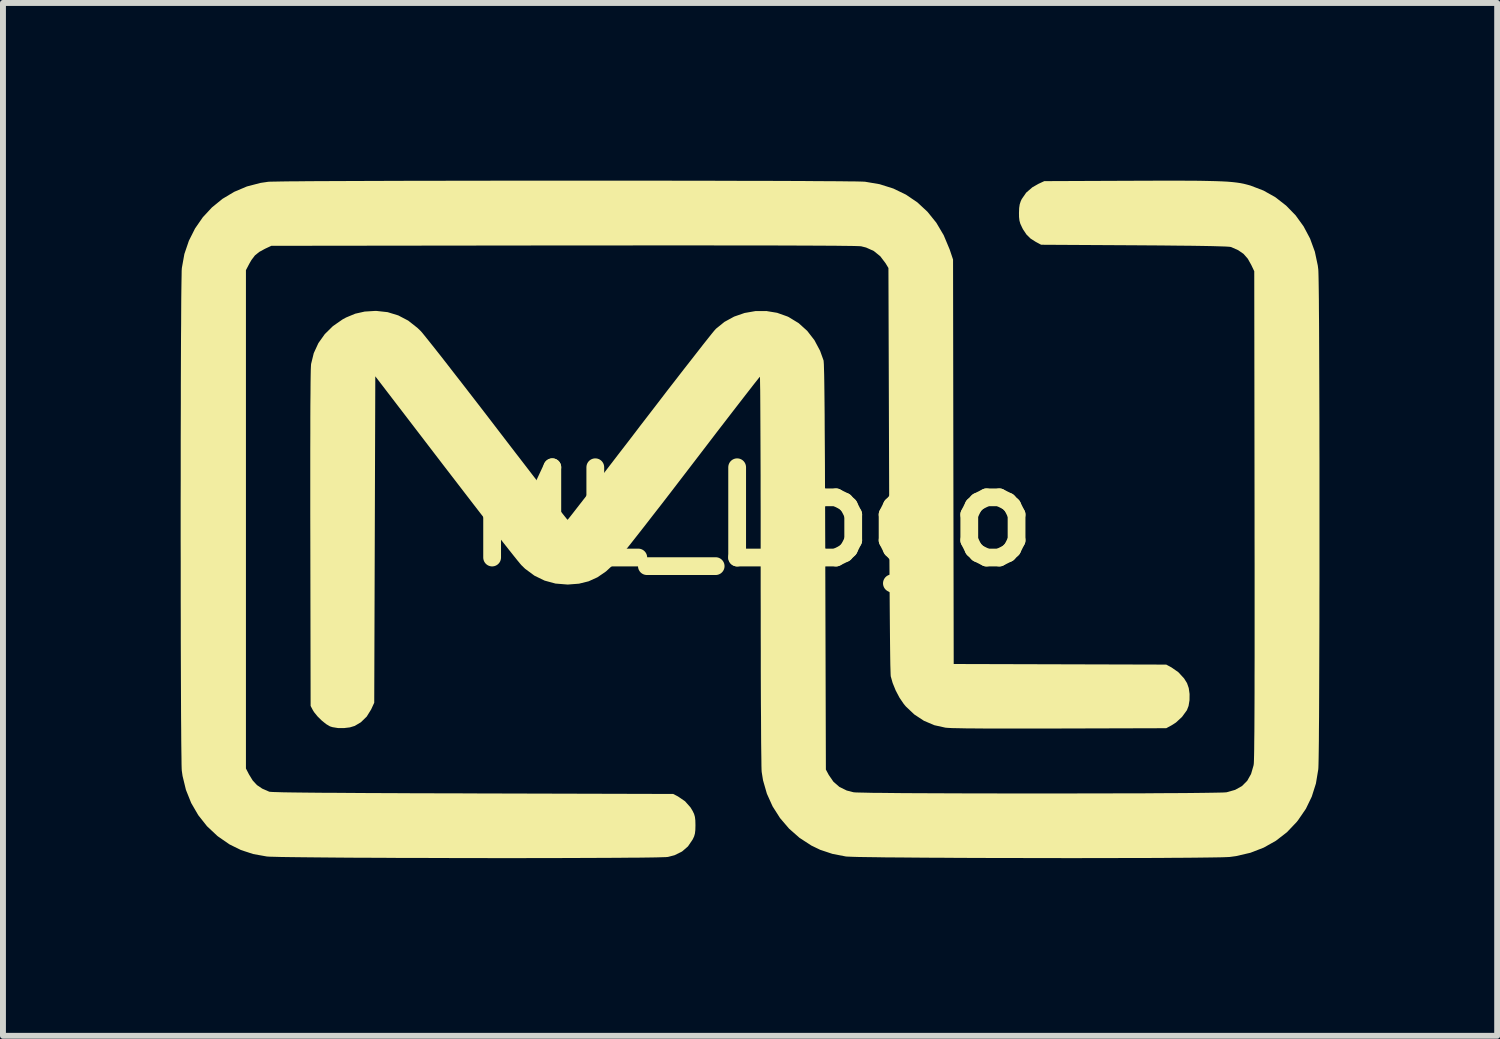
<source format=kicad_pcb>
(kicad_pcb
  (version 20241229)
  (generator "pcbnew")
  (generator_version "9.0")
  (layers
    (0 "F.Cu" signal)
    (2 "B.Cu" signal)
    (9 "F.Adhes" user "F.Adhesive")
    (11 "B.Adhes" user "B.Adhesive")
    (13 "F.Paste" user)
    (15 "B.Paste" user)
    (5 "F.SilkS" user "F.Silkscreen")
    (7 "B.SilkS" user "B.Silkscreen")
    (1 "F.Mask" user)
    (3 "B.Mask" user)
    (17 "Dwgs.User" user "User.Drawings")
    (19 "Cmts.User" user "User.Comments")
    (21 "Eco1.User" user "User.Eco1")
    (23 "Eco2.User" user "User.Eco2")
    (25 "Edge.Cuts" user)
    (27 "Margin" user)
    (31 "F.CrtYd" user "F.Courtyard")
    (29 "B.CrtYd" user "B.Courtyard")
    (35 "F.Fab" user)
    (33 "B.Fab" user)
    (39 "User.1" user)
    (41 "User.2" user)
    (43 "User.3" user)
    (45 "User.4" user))
  (footprint "ML_Logo"
    (layer "F.Cu")
    (at 9.649 5.673)
    (property "Reference" "ML_Logo" (at 0 0 0) (layer "F.SilkS") (effects (font (size 1.524 1.524) (thickness 0.3))))
    (attr board_only exclude_from_pos_files exclude_from_bom)
    (fp_poly (pts (xy -2.69 -5.673) (xy -2.32 -5.673) (xy -1.954 -5.673) (xy -1.594 -5.673) (xy -1.242 -5.672) (xy -0.898 -5.672) (xy -0.566 -5.671) (xy -0.247 -5.67) (xy 0.057 -5.67) (xy 0.344 -5.669) (xy 0.614 -5.668) (xy 0.863 -5.667) (xy 1.09 -5.665) (xy 1.293 -5.664) (xy 1.47 -5.663) (xy 1.62 -5.661) (xy 1.741 -5.66) (xy 1.83 -5.658) (xy 1.887 -5.656) (xy 1.905 -5.655) (xy 2.152 -5.613) (xy 2.383 -5.54) (xy 2.596 -5.437) (xy 2.789 -5.306) (xy 2.96 -5.147) (xy 3.109 -4.962) (xy 3.233 -4.752) (xy 3.331 -4.518) (xy 3.336 -4.505) (xy 3.391 -4.341) (xy 3.396 -0.927) (xy 3.402 2.487) (xy 6.99 2.497) (xy 7.079 2.545) (xy 7.194 2.625) (xy 7.291 2.73) (xy 7.341 2.81) (xy 7.37 2.893) (xy 7.384 2.993) (xy 7.383 3.098) (xy 7.367 3.195) (xy 7.339 3.267) (xy 7.256 3.381) (xy 7.154 3.475) (xy 7.079 3.523) (xy 6.99 3.571) (xy 5.2 3.576) (xy 4.849 3.577) (xy 4.534 3.577) (xy 4.254 3.577) (xy 4.009 3.577) (xy 3.798 3.575) (xy 3.622 3.574) (xy 3.481 3.571) (xy 3.373 3.569) (xy 3.299 3.565) (xy 3.263 3.562) (xy 3.074 3.52) (xy 2.898 3.445) (xy 2.737 3.339) (xy 2.595 3.205) (xy 2.559 3.162) (xy 2.488 3.058) (xy 2.423 2.935) (xy 2.371 2.807) (xy 2.339 2.694) (xy 2.337 2.665) (xy 2.335 2.601) (xy 2.332 2.503) (xy 2.33 2.373) (xy 2.328 2.21) (xy 2.326 2.017) (xy 2.324 1.793) (xy 2.322 1.541) (xy 2.32 1.261) (xy 2.318 0.953) (xy 2.316 0.62) (xy 2.315 0.261) (xy 2.313 -0.121) (xy 2.312 -0.527) (xy 2.311 -0.797) (xy 2.3 -4.198) (xy 2.252 -4.278) (xy 2.162 -4.397) (xy 2.052 -4.486) (xy 1.923 -4.544) (xy 1.839 -4.565) (xy 1.812 -4.567) (xy 1.756 -4.569) (xy 1.672 -4.571) (xy 1.558 -4.572) (xy 1.415 -4.574) (xy 1.242 -4.575) (xy 1.038 -4.576) (xy 0.802 -4.577) (xy 0.536 -4.578) (xy 0.237 -4.579) (xy -0.094 -4.579) (xy -0.457 -4.579) (xy -0.854 -4.58) (xy -1.285 -4.58) (xy -1.75 -4.58) (xy -2.249 -4.579) (xy -2.784 -4.579) (xy -3.195 -4.579) (xy -8.118 -4.573) (xy -8.225 -4.523) (xy -8.322 -4.47) (xy -8.395 -4.411) (xy -8.454 -4.333) (xy -8.491 -4.269) (xy -8.547 -4.162) (xy -8.547 4.251) (xy -8.496 4.35) (xy -8.433 4.453) (xy -8.361 4.531) (xy -8.272 4.591) (xy -8.155 4.642) (xy -8.154 4.643) (xy -8.134 4.645) (xy -8.09 4.648) (xy -8.019 4.65) (xy -7.923 4.653) (xy -7.799 4.655) (xy -7.647 4.657) (xy -7.466 4.659) (xy -7.256 4.661) (xy -7.016 4.662) (xy -6.745 4.664) (xy -6.442 4.666) (xy -6.107 4.667) (xy -5.738 4.669) (xy -5.336 4.67) (xy -4.899 4.671) (xy -4.717 4.672) (xy -1.334 4.681) (xy -1.253 4.723) (xy -1.134 4.804) (xy -1.041 4.909) (xy -1.006 4.967) (xy -0.981 5.019) (xy -0.967 5.068) (xy -0.96 5.127) (xy -0.958 5.209) (xy -0.96 5.291) (xy -0.967 5.35) (xy -0.981 5.399) (xy -1.006 5.451) (xy -1.084 5.566) (xy -1.185 5.653) (xy -1.31 5.715) (xy -1.422 5.744) (xy -1.455 5.747) (xy -1.522 5.749) (xy -1.62 5.752) (xy -1.747 5.754) (xy -1.901 5.756) (xy -2.079 5.757) (xy -2.281 5.759) (xy -2.502 5.76) (xy -2.742 5.761) (xy -2.998 5.762) (xy -3.268 5.763) (xy -3.549 5.763) (xy -3.839 5.764) (xy -4.136 5.764) (xy -4.439 5.764) (xy -4.744 5.763) (xy -5.049 5.763) (xy -5.353 5.762) (xy -5.653 5.761) (xy -5.947 5.761) (xy -6.233 5.759) (xy -6.507 5.758) (xy -6.77 5.757) (xy -7.017 5.755) (xy -7.247 5.753) (xy -7.458 5.751) (xy -7.647 5.749) (xy -7.812 5.747) (xy -7.952 5.745) (xy -8.063 5.742) (xy -8.144 5.74) (xy -8.192 5.737) (xy -8.198 5.736) (xy -8.426 5.695) (xy -8.633 5.627) (xy -8.825 5.532) (xy -9.009 5.405) (xy -9.029 5.39) (xy -9.204 5.226) (xy -9.352 5.039) (xy -9.471 4.834) (xy -9.56 4.612) (xy -9.617 4.377) (xy -9.63 4.287) (xy -9.632 4.251) (xy -9.634 4.18) (xy -9.635 4.078) (xy -9.637 3.947) (xy -9.639 3.787) (xy -9.64 3.601) (xy -9.642 3.391) (xy -9.643 3.16) (xy -9.644 2.908) (xy -9.645 2.639) (xy -9.646 2.353) (xy -9.647 2.054) (xy -9.647 1.742) (xy -9.648 1.421) (xy -9.648 1.091) (xy -9.648 0.755) (xy -9.649 0.415) (xy -9.649 0.073) (xy -9.649 -0.269) (xy -9.648 -0.61) (xy -9.648 -0.946) (xy -9.648 -1.277) (xy -9.647 -1.6) (xy -9.646 -1.914) (xy -9.646 -2.215) (xy -9.645 -2.503) (xy -9.644 -2.776) (xy -9.643 -3.03) (xy -9.641 -3.265) (xy -9.64 -3.479) (xy -9.639 -3.669) (xy -9.637 -3.833) (xy -9.635 -3.97) (xy -9.633 -4.077) (xy -9.632 -4.153) (xy -9.629 -4.195) (xy -9.629 -4.198) (xy -9.586 -4.436) (xy -9.51 -4.659) (xy -9.406 -4.866) (xy -9.275 -5.055) (xy -9.12 -5.222) (xy -8.943 -5.366) (xy -8.746 -5.484) (xy -8.531 -5.575) (xy -8.301 -5.635) (xy -8.171 -5.654) (xy -8.136 -5.656) (xy -8.066 -5.657) (xy -7.965 -5.659) (xy -7.832 -5.661) (xy -7.672 -5.662) (xy -7.484 -5.664) (xy -7.272 -5.665) (xy -7.036 -5.666) (xy -6.779 -5.667) (xy -6.503 -5.668) (xy -6.209 -5.669) (xy -5.899 -5.67) (xy -5.575 -5.671) (xy -5.238 -5.671) (xy -4.891 -5.672) (xy -4.536 -5.672) (xy -4.173 -5.673) (xy -3.805 -5.673) (xy -3.434 -5.673) (xy -3.062 -5.673)) (stroke (width 0) (type solid)) (fill yes) (layer "F.SilkS"))
    (fp_poly (pts (xy 7.368 -5.672) (xy 7.541 -5.671) (xy 7.691 -5.668) (xy 7.821 -5.665) (xy 7.931 -5.661) (xy 8.026 -5.656) (xy 8.108 -5.649) (xy 8.178 -5.641) (xy 8.24 -5.632) (xy 8.296 -5.621) (xy 8.348 -5.608) (xy 8.399 -5.594) (xy 8.413 -5.59) (xy 8.632 -5.506) (xy 8.833 -5.393) (xy 9.014 -5.252) (xy 9.174 -5.088) (xy 9.309 -4.901) (xy 9.418 -4.696) (xy 9.499 -4.474) (xy 9.549 -4.238) (xy 9.557 -4.174) (xy 9.559 -4.135) (xy 9.561 -4.062) (xy 9.563 -3.958) (xy 9.565 -3.823) (xy 9.567 -3.661) (xy 9.568 -3.473) (xy 9.57 -3.261) (xy 9.571 -3.027) (xy 9.572 -2.773) (xy 9.573 -2.502) (xy 9.574 -2.215) (xy 9.575 -1.913) (xy 9.576 -1.601) (xy 9.576 -1.278) (xy 9.577 -0.947) (xy 9.577 -0.611) (xy 9.577 -0.271) (xy 9.577 0.071) (xy 9.577 0.413) (xy 9.577 0.753) (xy 9.577 1.089) (xy 9.576 1.418) (xy 9.576 1.74) (xy 9.575 2.051) (xy 9.574 2.35) (xy 9.573 2.635) (xy 9.572 2.904) (xy 9.571 3.154) (xy 9.57 3.385) (xy 9.568 3.593) (xy 9.567 3.777) (xy 9.565 3.936) (xy 9.563 4.066) (xy 9.561 4.165) (xy 9.559 4.233) (xy 9.557 4.264) (xy 9.517 4.505) (xy 9.447 4.726) (xy 9.348 4.931) (xy 9.216 5.124) (xy 9.194 5.152) (xy 9.029 5.326) (xy 8.842 5.471) (xy 8.636 5.587) (xy 8.411 5.674) (xy 8.169 5.73) (xy 8.059 5.745) (xy 8.014 5.747) (xy 7.935 5.75) (xy 7.826 5.752) (xy 7.688 5.754) (xy 7.524 5.756) (xy 7.337 5.758) (xy 7.127 5.759) (xy 6.898 5.761) (xy 6.652 5.762) (xy 6.391 5.762) (xy 6.118 5.763) (xy 5.834 5.763) (xy 5.543 5.764) (xy 5.246 5.764) (xy 4.946 5.763) (xy 4.645 5.763) (xy 4.346 5.762) (xy 4.05 5.762) (xy 3.76 5.761) (xy 3.478 5.76) (xy 3.207 5.758) (xy 2.948 5.757) (xy 2.705 5.755) (xy 2.48 5.753) (xy 2.274 5.752) (xy 2.09 5.749) (xy 1.931 5.747) (xy 1.798 5.745) (xy 1.694 5.742) (xy 1.622 5.739) (xy 1.584 5.737) (xy 1.356 5.693) (xy 1.148 5.624) (xy 0.999 5.552) (xy 0.799 5.422) (xy 0.622 5.266) (xy 0.47 5.088) (xy 0.344 4.89) (xy 0.248 4.677) (xy 0.183 4.451) (xy 0.16 4.308) (xy 0.158 4.273) (xy 0.156 4.204) (xy 0.155 4.101) (xy 0.153 3.968) (xy 0.151 3.804) (xy 0.15 3.612) (xy 0.149 3.393) (xy 0.147 3.149) (xy 0.146 2.88) (xy 0.145 2.589) (xy 0.145 2.277) (xy 0.144 1.945) (xy 0.144 1.595) (xy 0.143 1.228) (xy 0.143 0.899) (xy 0.143 0.561) (xy 0.143 0.231) (xy 0.143 -0.086) (xy 0.142 -0.39) (xy 0.142 -0.68) (xy 0.141 -0.952) (xy 0.14 -1.206) (xy 0.139 -1.439) (xy 0.138 -1.651) (xy 0.137 -1.838) (xy 0.136 -2) (xy 0.135 -2.134) (xy 0.133 -2.239) (xy 0.132 -2.313) (xy 0.131 -2.354) (xy 0.13 -2.362) (xy 0.117 -2.348) (xy 0.085 -2.307) (xy 0.033 -2.242) (xy -0.036 -2.153) (xy -0.121 -2.044) (xy -0.22 -1.916) (xy -0.333 -1.77) (xy -0.457 -1.609) (xy -0.592 -1.434) (xy -0.735 -1.247) (xy -0.885 -1.051) (xy -1.029 -0.863) (xy -1.204 -0.635) (xy -1.371 -0.417) (xy -1.53 -0.211) (xy -1.679 -0.02) (xy -1.816 0.157) (xy -1.94 0.315) (xy -2.05 0.455) (xy -2.145 0.574) (xy -2.222 0.67) (xy -2.281 0.741) (xy -2.32 0.786) (xy -2.326 0.793) (xy -2.468 0.924) (xy -2.612 1.023) (xy -2.762 1.091) (xy -2.924 1.131) (xy -3.105 1.145) (xy -3.124 1.145) (xy -3.321 1.129) (xy -3.505 1.079) (xy -3.676 0.996) (xy -3.833 0.88) (xy -3.895 0.82) (xy -3.921 0.79) (xy -3.967 0.734) (xy -4.031 0.654) (xy -4.113 0.551) (xy -4.21 0.428) (xy -4.32 0.287) (xy -4.443 0.129) (xy -4.577 -0.043) (xy -4.72 -0.228) (xy -4.87 -0.423) (xy -5.026 -0.626) (xy -5.184 -0.831) (xy -6.363 -2.37) (xy -6.372 0.386) (xy -6.381 3.141) (xy -6.433 3.254) (xy -6.508 3.375) (xy -6.607 3.471) (xy -6.71 3.532) (xy -6.792 3.557) (xy -6.892 3.569) (xy -6.995 3.568) (xy -7.087 3.553) (xy -7.128 3.54) (xy -7.194 3.501) (xy -7.267 3.442) (xy -7.338 3.372) (xy -7.395 3.302) (xy -7.417 3.267) (xy -7.455 3.195) (xy -7.46 0.367) (xy -7.461 -0.045) (xy -7.461 -0.428) (xy -7.461 -0.782) (xy -7.461 -1.106) (xy -7.46 -1.4) (xy -7.46 -1.663) (xy -7.459 -1.894) (xy -7.457 -2.092) (xy -7.456 -2.258) (xy -7.454 -2.391) (xy -7.452 -2.489) (xy -7.449 -2.552) (xy -7.447 -2.578) (xy -7.402 -2.761) (xy -7.324 -2.93) (xy -7.216 -3.082) (xy -7.079 -3.217) (xy -6.915 -3.331) (xy -6.856 -3.363) (xy -6.702 -3.427) (xy -6.542 -3.463) (xy -6.364 -3.474) (xy -6.346 -3.474) (xy -6.155 -3.453) (xy -5.975 -3.398) (xy -5.807 -3.31) (xy -5.651 -3.187) (xy -5.6 -3.138) (xy -5.573 -3.108) (xy -5.526 -3.05) (xy -5.461 -2.969) (xy -5.378 -2.865) (xy -5.28 -2.741) (xy -5.168 -2.598) (xy -5.045 -2.439) (xy -4.91 -2.266) (xy -4.767 -2.081) (xy -4.616 -1.886) (xy -4.459 -1.682) (xy -4.305 -1.481) (xy -4.147 -1.275) (xy -3.995 -1.077) (xy -3.85 -0.889) (xy -3.714 -0.712) (xy -3.589 -0.55) (xy -3.475 -0.402) (xy -3.374 -0.273) (xy -3.288 -0.162) (xy -3.218 -0.072) (xy -3.165 -0.005) (xy -3.131 0.037) (xy -3.117 0.053) (xy -3.117 0.053) (xy -3.105 0.039) (xy -3.072 -0.002) (xy -3.021 -0.067) (xy -2.952 -0.156) (xy -2.867 -0.265) (xy -2.767 -0.394) (xy -2.654 -0.541) (xy -2.528 -0.703) (xy -2.393 -0.879) (xy -2.248 -1.068) (xy -2.095 -1.266) (xy -1.936 -1.474) (xy -1.903 -1.518) (xy -1.741 -1.728) (xy -1.584 -1.932) (xy -1.434 -2.128) (xy -1.291 -2.312) (xy -1.158 -2.484) (xy -1.035 -2.641) (xy -0.925 -2.782) (xy -0.83 -2.904) (xy -0.749 -3.006) (xy -0.686 -3.085) (xy -0.641 -3.14) (xy -0.615 -3.169) (xy -0.614 -3.171) (xy -0.468 -3.289) (xy -0.305 -3.378) (xy -0.129 -3.439) (xy 0.054 -3.471) (xy 0.239 -3.472) (xy 0.421 -3.442) (xy 0.595 -3.38) (xy 0.618 -3.369) (xy 0.785 -3.267) (xy 0.929 -3.137) (xy 1.05 -2.981) (xy 1.146 -2.801) (xy 1.205 -2.637) (xy 1.207 -2.615) (xy 1.21 -2.569) (xy 1.212 -2.496) (xy 1.215 -2.398) (xy 1.217 -2.272) (xy 1.219 -2.118) (xy 1.221 -1.935) (xy 1.223 -1.723) (xy 1.224 -1.481) (xy 1.226 -1.208) (xy 1.228 -0.903) (xy 1.229 -0.565) (xy 1.231 -0.195) (xy 1.232 0.21) (xy 1.234 0.649) (xy 1.234 0.85) (xy 1.244 4.269) (xy 1.292 4.359) (xy 1.371 4.474) (xy 1.472 4.562) (xy 1.596 4.623) (xy 1.709 4.652) (xy 1.741 4.655) (xy 1.806 4.657) (xy 1.902 4.659) (xy 2.028 4.662) (xy 2.18 4.663) (xy 2.356 4.665) (xy 2.555 4.667) (xy 2.773 4.668) (xy 3.009 4.669) (xy 3.26 4.67) (xy 3.524 4.671) (xy 3.799 4.672) (xy 4.082 4.672) (xy 4.371 4.673) (xy 4.664 4.673) (xy 4.959 4.673) (xy 5.252 4.673) (xy 5.543 4.672) (xy 5.828 4.672) (xy 6.106 4.671) (xy 6.374 4.671) (xy 6.629 4.67) (xy 6.871 4.668) (xy 7.095 4.667) (xy 7.3 4.666) (xy 7.484 4.664) (xy 7.645 4.662) (xy 7.779 4.66) (xy 7.885 4.658) (xy 7.961 4.656) (xy 8.004 4.653) (xy 8.011 4.652) (xy 8.153 4.612) (xy 8.268 4.548) (xy 8.357 4.459) (xy 8.422 4.344) (xy 8.463 4.203) (xy 8.466 4.187) (xy 8.469 4.16) (xy 8.471 4.107) (xy 8.473 4.029) (xy 8.475 3.923) (xy 8.476 3.79) (xy 8.478 3.629) (xy 8.479 3.44) (xy 8.48 3.221) (xy 8.481 2.972) (xy 8.481 2.692) (xy 8.482 2.381) (xy 8.482 2.038) (xy 8.482 1.662) (xy 8.482 1.252) (xy 8.482 0.809) (xy 8.481 0.331) (xy 8.481 -0.036) (xy 8.476 -4.144) (xy 8.425 -4.251) (xy 8.366 -4.356) (xy 8.295 -4.437) (xy 8.205 -4.499) (xy 8.088 -4.551) (xy 8.082 -4.553) (xy 8.054 -4.557) (xy 7.992 -4.561) (xy 7.897 -4.564) (xy 7.767 -4.568) (xy 7.603 -4.571) (xy 7.405 -4.574) (xy 7.172 -4.576) (xy 6.903 -4.579) (xy 6.6 -4.581) (xy 6.453 -4.582) (xy 4.878 -4.591) (xy 4.788 -4.639) (xy 4.7 -4.695) (xy 4.631 -4.763) (xy 4.571 -4.853) (xy 4.554 -4.887) (xy 4.527 -4.945) (xy 4.512 -4.998) (xy 4.505 -5.059) (xy 4.504 -5.128) (xy 4.507 -5.211) (xy 4.516 -5.272) (xy 4.534 -5.327) (xy 4.551 -5.363) (xy 4.626 -5.471) (xy 4.73 -5.561) (xy 4.832 -5.619) (xy 4.931 -5.665) (xy 6.39 -5.671) (xy 6.682 -5.672) (xy 6.941 -5.673) (xy 7.168 -5.673)) (stroke (width 0) (type solid)) (fill yes) (layer "F.SilkS")))
  (gr_rect
    (start -3 -3)
    (end 22.226 14.437)
    (stroke (width 0.1) (type default))
    (fill no)
    (layer "Edge.Cuts")))
</source>
